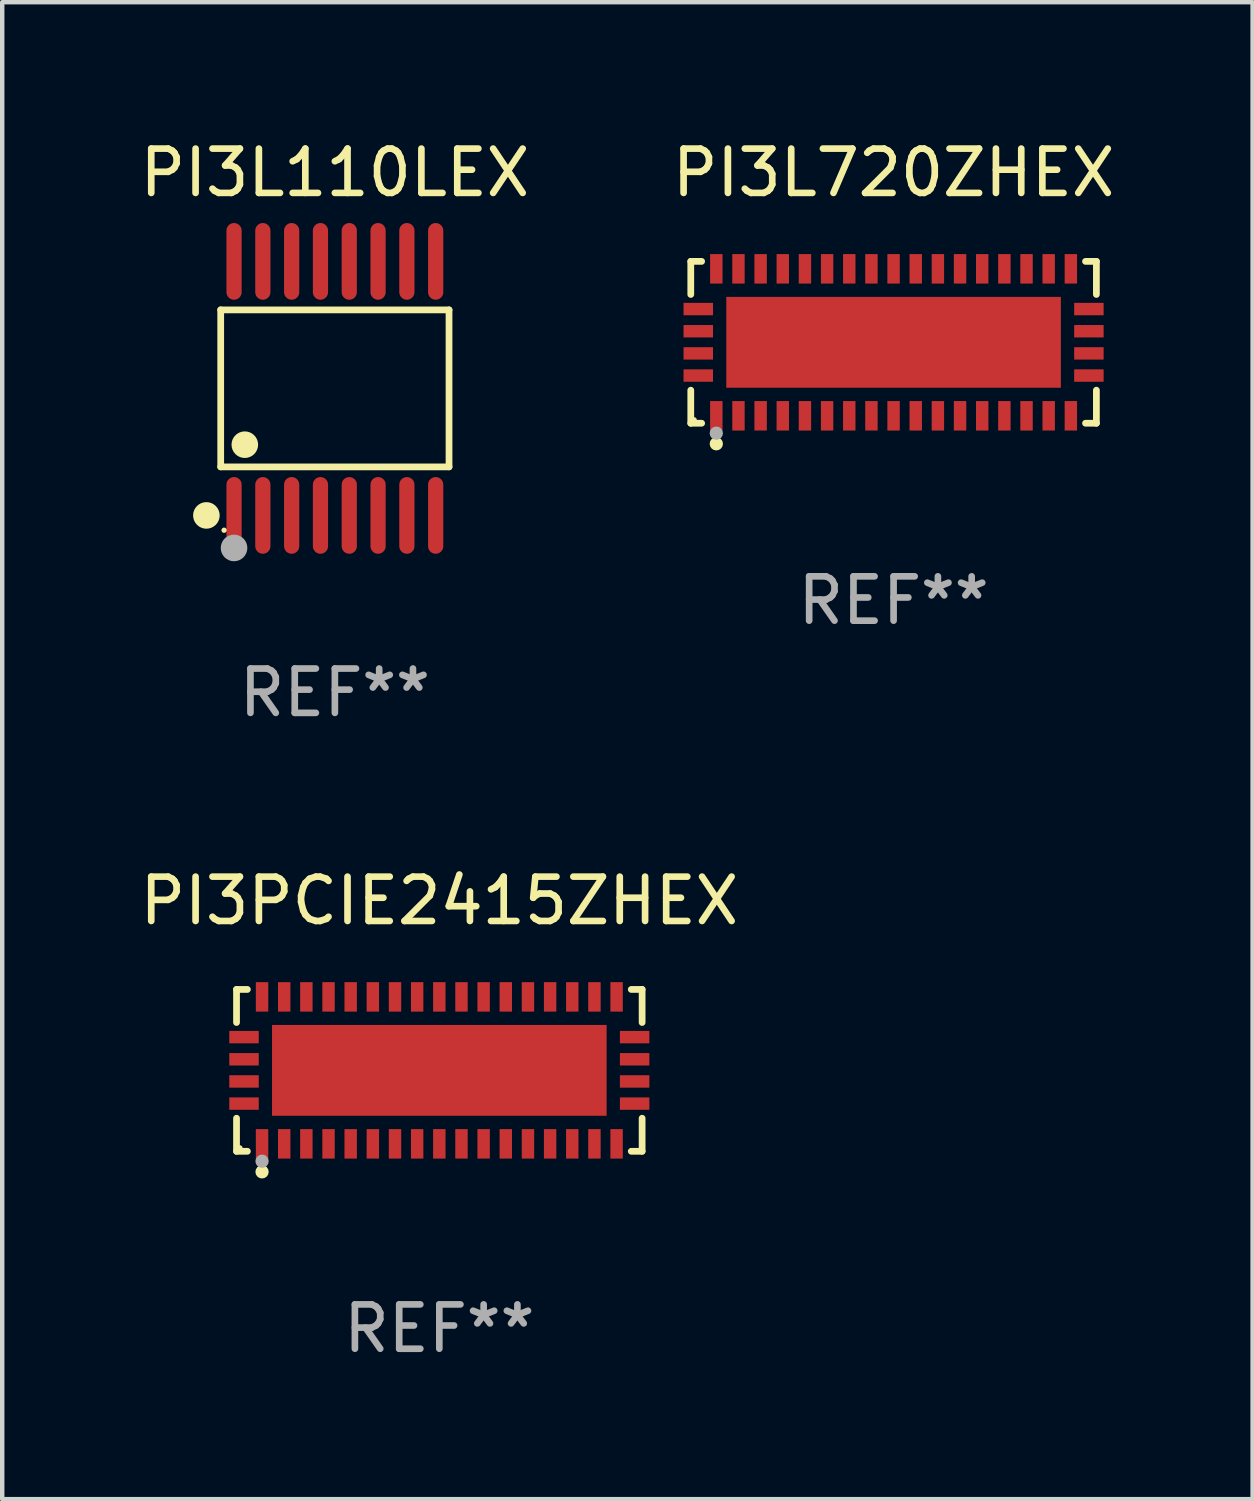
<source format=kicad_pcb>
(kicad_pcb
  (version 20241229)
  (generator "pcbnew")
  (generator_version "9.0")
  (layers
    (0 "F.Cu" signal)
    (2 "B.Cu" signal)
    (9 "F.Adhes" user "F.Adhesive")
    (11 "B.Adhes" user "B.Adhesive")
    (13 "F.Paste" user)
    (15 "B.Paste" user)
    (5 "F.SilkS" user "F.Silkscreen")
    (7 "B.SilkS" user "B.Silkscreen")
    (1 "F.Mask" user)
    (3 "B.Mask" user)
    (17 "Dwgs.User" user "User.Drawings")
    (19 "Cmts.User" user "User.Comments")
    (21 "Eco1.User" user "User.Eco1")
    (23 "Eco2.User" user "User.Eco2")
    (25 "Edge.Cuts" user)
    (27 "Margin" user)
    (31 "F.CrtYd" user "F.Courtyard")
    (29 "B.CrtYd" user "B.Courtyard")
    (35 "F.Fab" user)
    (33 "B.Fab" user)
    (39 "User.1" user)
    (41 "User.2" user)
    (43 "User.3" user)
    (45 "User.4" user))
  (footprint "PI3PCIE2415ZHEX"
    (layer "F.Cu")
    (at 6.863 21.102)
    (property "Reference" "PI3PCIE2415ZHEX" (at 0 -3.826 0) (layer "F.SilkS") (effects (font (size 1 1) (thickness 0.15))))
    (attr through_hole)
    (fp_line (start -4.576 -1.826) (end -4.331 -1.826) (stroke (width 0.152) (type solid)) (layer "F.SilkS"))
    (fp_line (start -4.576 -1.08) (end -4.576 -1.826) (stroke (width 0.152) (type solid)) (layer "F.SilkS"))
    (fp_line (start -4.576 1.08) (end -4.576 1.826) (stroke (width 0.152) (type solid)) (layer "F.SilkS"))
    (fp_line (start -4.576 1.826) (end -4.331 1.826) (stroke (width 0.152) (type solid)) (layer "F.SilkS"))
    (fp_line (start 4.576 -1.826) (end 4.331 -1.826) (stroke (width 0.152) (type solid)) (layer "F.SilkS"))
    (fp_line (start 4.576 -1.08) (end 4.576 -1.826) (stroke (width 0.152) (type solid)) (layer "F.SilkS"))
    (fp_line (start 4.576 1.08) (end 4.576 1.826) (stroke (width 0.152) (type solid)) (layer "F.SilkS"))
    (fp_line (start 4.576 1.826) (end 4.331 1.826) (stroke (width 0.152) (type solid)) (layer "F.SilkS"))
    (fp_circle (center -4.5 1.75) (end -4.47 1.75) (stroke (width 0.06) (type solid)) (fill no) (layer "F.SilkS"))
    (fp_circle (center -4 2.29) (end -3.925 2.29) (stroke (width 0.15) (type solid)) (fill no) (layer "F.SilkS"))
    (fp_circle (center -4 2.05) (end -3.925 2.05) (stroke (width 0.15) (type solid)) (fill no) (layer "F.Fab"))
    (fp_text user "REF**" (at 0 5.826 0) (layer "F.Fab") (effects (font (size 1 1) (thickness 0.15))))
    (pad "1" smd rect (at -4 1.658) (size 0.28 0.665) (layers "F.Cu" "F.Mask" "F.Paste"))
    (pad "2" smd rect (at -3.5 1.658) (size 0.28 0.665) (layers "F.Cu" "F.Mask" "F.Paste"))
    (pad "3" smd rect (at -3 1.658) (size 0.28 0.665) (layers "F.Cu" "F.Mask" "F.Paste"))
    (pad "4" smd rect (at -2.5 1.658) (size 0.28 0.665) (layers "F.Cu" "F.Mask" "F.Paste"))
    (pad "5" smd rect (at -2 1.658) (size 0.28 0.665) (layers "F.Cu" "F.Mask" "F.Paste"))
    (pad "6" smd rect (at -1.5 1.658) (size 0.28 0.665) (layers "F.Cu" "F.Mask" "F.Paste"))
    (pad "7" smd rect (at -1 1.658) (size 0.28 0.665) (layers "F.Cu" "F.Mask" "F.Paste"))
    (pad "8" smd rect (at -0.5 1.658) (size 0.28 0.665) (layers "F.Cu" "F.Mask" "F.Paste"))
    (pad "9" smd rect (at 0 1.658) (size 0.28 0.665) (layers "F.Cu" "F.Mask" "F.Paste"))
    (pad "10" smd rect (at 0.5 1.658) (size 0.28 0.665) (layers "F.Cu" "F.Mask" "F.Paste"))
    (pad "11" smd rect (at 1 1.658) (size 0.28 0.665) (layers "F.Cu" "F.Mask" "F.Paste"))
    (pad "12" smd rect (at 1.5 1.658) (size 0.28 0.665) (layers "F.Cu" "F.Mask" "F.Paste"))
    (pad "13" smd rect (at 2 1.658) (size 0.28 0.665) (layers "F.Cu" "F.Mask" "F.Paste"))
    (pad "14" smd rect (at 2.5 1.658) (size 0.28 0.665) (layers "F.Cu" "F.Mask" "F.Paste"))
    (pad "15" smd rect (at 3 1.658) (size 0.28 0.665) (layers "F.Cu" "F.Mask" "F.Paste"))
    (pad "16" smd rect (at 3.5 1.658) (size 0.28 0.665) (layers "F.Cu" "F.Mask" "F.Paste"))
    (pad "17" smd rect (at 4 1.658) (size 0.28 0.665) (layers "F.Cu" "F.Mask" "F.Paste"))
    (pad "18" smd rect (at 4.407 0.75) (size 0.665 0.28) (layers "F.Cu" "F.Mask" "F.Paste"))
    (pad "19" smd rect (at 4.407 0.25) (size 0.665 0.28) (layers "F.Cu" "F.Mask" "F.Paste"))
    (pad "20" smd rect (at 4.407 -0.25) (size 0.665 0.28) (layers "F.Cu" "F.Mask" "F.Paste"))
    (pad "21" smd rect (at 4.407 -0.75) (size 0.665 0.28) (layers "F.Cu" "F.Mask" "F.Paste"))
    (pad "22" smd rect (at 4 -1.658) (size 0.28 0.665) (layers "F.Cu" "F.Mask" "F.Paste"))
    (pad "23" smd rect (at 3.5 -1.658) (size 0.28 0.665) (layers "F.Cu" "F.Mask" "F.Paste"))
    (pad "24" smd rect (at 3 -1.658) (size 0.28 0.665) (layers "F.Cu" "F.Mask" "F.Paste"))
    (pad "25" smd rect (at 2.5 -1.658) (size 0.28 0.665) (layers "F.Cu" "F.Mask" "F.Paste"))
    (pad "26" smd rect (at 2 -1.658) (size 0.28 0.665) (layers "F.Cu" "F.Mask" "F.Paste"))
    (pad "27" smd rect (at 1.5 -1.658) (size 0.28 0.665) (layers "F.Cu" "F.Mask" "F.Paste"))
    (pad "28" smd rect (at 1 -1.658) (size 0.28 0.665) (layers "F.Cu" "F.Mask" "F.Paste"))
    (pad "29" smd rect (at 0.5 -1.658) (size 0.28 0.665) (layers "F.Cu" "F.Mask" "F.Paste"))
    (pad "30" smd rect (at 0 -1.658) (size 0.28 0.665) (layers "F.Cu" "F.Mask" "F.Paste"))
    (pad "31" smd rect (at -0.5 -1.658) (size 0.28 0.665) (layers "F.Cu" "F.Mask" "F.Paste"))
    (pad "32" smd rect (at -1 -1.658) (size 0.28 0.665) (layers "F.Cu" "F.Mask" "F.Paste"))
    (pad "33" smd rect (at -1.5 -1.658) (size 0.28 0.665) (layers "F.Cu" "F.Mask" "F.Paste"))
    (pad "34" smd rect (at -2 -1.658) (size 0.28 0.665) (layers "F.Cu" "F.Mask" "F.Paste"))
    (pad "35" smd rect (at -2.5 -1.658) (size 0.28 0.665) (layers "F.Cu" "F.Mask" "F.Paste"))
    (pad "36" smd rect (at -3 -1.658) (size 0.28 0.665) (layers "F.Cu" "F.Mask" "F.Paste"))
    (pad "37" smd rect (at -3.5 -1.658) (size 0.28 0.665) (layers "F.Cu" "F.Mask" "F.Paste"))
    (pad "38" smd rect (at -4 -1.658) (size 0.28 0.665) (layers "F.Cu" "F.Mask" "F.Paste"))
    (pad "39" smd rect (at -4.407 -0.75) (size 0.665 0.28) (layers "F.Cu" "F.Mask" "F.Paste"))
    (pad "40" smd rect (at -4.407 -0.25) (size 0.665 0.28) (layers "F.Cu" "F.Mask" "F.Paste"))
    (pad "41" smd rect (at -4.407 0.25) (size 0.665 0.28) (layers "F.Cu" "F.Mask" "F.Paste"))
    (pad "42" smd rect (at -4.407 0.75) (size 0.665 0.28) (layers "F.Cu" "F.Mask" "F.Paste"))
    (pad "43" smd rect (at 0 0) (size 7.55 2.05) (layers "F.Cu" "F.Mask" "F.Paste")))
  (footprint "PI3L110LEX"
    (layer "F.Cu")
    (at 4.506 5.714)
    (property "Reference" "PI3L110LEX" (at 0 -4.866 0) (layer "F.SilkS") (effects (font (size 1 1) (thickness 0.15))))
    (attr through_hole)
    (fp_line (start -2.576 -1.772) (end 2.576 -1.772) (stroke (width 0.152) (type solid)) (layer "F.SilkS"))
    (fp_line (start -2.576 1.771) (end -2.576 -1.772) (stroke (width 0.152) (type solid)) (layer "F.SilkS"))
    (fp_line (start 2.576 -1.772) (end 2.576 1.771) (stroke (width 0.152) (type solid)) (layer "F.SilkS"))
    (fp_line (start 2.576 1.771) (end -2.576 1.771) (stroke (width 0.152) (type solid)) (layer "F.SilkS"))
    (fp_circle (center -2.899 2.866) (end -2.749 2.866) (stroke (width 0.3) (type solid)) (fill no) (layer "F.SilkS"))
    (fp_circle (center -2.5 3.2) (end -2.47 3.2) (stroke (width 0.06) (type solid)) (fill no) (layer "F.SilkS"))
    (fp_circle (center -2.032 1.27) (end -1.882 1.27) (stroke (width 0.3) (type solid)) (fill no) (layer "F.SilkS"))
    (fp_circle (center -2.275 3.6) (end -2.125 3.6) (stroke (width 0.3) (type solid)) (fill no) (layer "F.Fab"))
    (fp_text user "REF**" (at 0 6.866 0) (layer "F.Fab") (effects (font (size 1 1) (thickness 0.15))))
    (pad "1" smd oval (at -2.275 2.866) (size 0.343 1.731) (layers "F.Cu" "F.Mask" "F.Paste"))
    (pad "2" smd oval (at -1.625 2.866) (size 0.343 1.731) (layers "F.Cu" "F.Mask" "F.Paste"))
    (pad "3" smd oval (at -0.975 2.866) (size 0.343 1.731) (layers "F.Cu" "F.Mask" "F.Paste"))
    (pad "4" smd oval (at -0.325 2.866) (size 0.343 1.731) (layers "F.Cu" "F.Mask" "F.Paste"))
    (pad "5" smd oval (at 0.325 2.866) (size 0.343 1.731) (layers "F.Cu" "F.Mask" "F.Paste"))
    (pad "6" smd oval (at 0.975 2.866) (size 0.343 1.731) (layers "F.Cu" "F.Mask" "F.Paste"))
    (pad "7" smd oval (at 1.625 2.866) (size 0.343 1.731) (layers "F.Cu" "F.Mask" "F.Paste"))
    (pad "8" smd oval (at 2.275 2.866) (size 0.343 1.731) (layers "F.Cu" "F.Mask" "F.Paste"))
    (pad "9" smd oval (at 2.275 -2.866) (size 0.343 1.731) (layers "F.Cu" "F.Mask" "F.Paste"))
    (pad "10" smd oval (at 1.625 -2.866) (size 0.343 1.731) (layers "F.Cu" "F.Mask" "F.Paste"))
    (pad "11" smd oval (at 0.975 -2.866) (size 0.343 1.731) (layers "F.Cu" "F.Mask" "F.Paste"))
    (pad "12" smd oval (at 0.325 -2.866) (size 0.343 1.731) (layers "F.Cu" "F.Mask" "F.Paste"))
    (pad "13" smd oval (at -0.325 -2.866) (size 0.343 1.731) (layers "F.Cu" "F.Mask" "F.Paste"))
    (pad "14" smd oval (at -0.975 -2.866) (size 0.343 1.731) (layers "F.Cu" "F.Mask" "F.Paste"))
    (pad "15" smd oval (at -1.625 -2.866) (size 0.343 1.731) (layers "F.Cu" "F.Mask" "F.Paste"))
    (pad "16" smd oval (at -2.275 -2.866) (size 0.343 1.731) (layers "F.Cu" "F.Mask" "F.Paste")))
  (footprint "PI3L720ZHEX"
    (layer "F.Cu")
    (at 17.113 4.674)
    (property "Reference" "PI3L720ZHEX" (at 0 -3.826 0) (layer "F.SilkS") (effects (font (size 1 1) (thickness 0.15))))
    (attr through_hole)
    (fp_line (start -4.576 -1.826) (end -4.331 -1.826) (stroke (width 0.152) (type solid)) (layer "F.SilkS"))
    (fp_line (start -4.576 -1.08) (end -4.576 -1.826) (stroke (width 0.152) (type solid)) (layer "F.SilkS"))
    (fp_line (start -4.576 1.08) (end -4.576 1.826) (stroke (width 0.152) (type solid)) (layer "F.SilkS"))
    (fp_line (start -4.576 1.826) (end -4.331 1.826) (stroke (width 0.152) (type solid)) (layer "F.SilkS"))
    (fp_line (start 4.576 -1.826) (end 4.331 -1.826) (stroke (width 0.152) (type solid)) (layer "F.SilkS"))
    (fp_line (start 4.576 -1.08) (end 4.576 -1.826) (stroke (width 0.152) (type solid)) (layer "F.SilkS"))
    (fp_line (start 4.576 1.08) (end 4.576 1.826) (stroke (width 0.152) (type solid)) (layer "F.SilkS"))
    (fp_line (start 4.576 1.826) (end 4.331 1.826) (stroke (width 0.152) (type solid)) (layer "F.SilkS"))
    (fp_circle (center -4.5 1.75) (end -4.47 1.75) (stroke (width 0.06) (type solid)) (fill no) (layer "F.SilkS"))
    (fp_circle (center -4 2.29) (end -3.925 2.29) (stroke (width 0.15) (type solid)) (fill no) (layer "F.SilkS"))
    (fp_circle (center -4 2.05) (end -3.925 2.05) (stroke (width 0.15) (type solid)) (fill no) (layer "F.Fab"))
    (fp_text user "REF**" (at 0 5.826 0) (layer "F.Fab") (effects (font (size 1 1) (thickness 0.15))))
    (pad "1" smd rect (at -4 1.658) (size 0.28 0.665) (layers "F.Cu" "F.Mask" "F.Paste"))
    (pad "2" smd rect (at -3.5 1.658) (size 0.28 0.665) (layers "F.Cu" "F.Mask" "F.Paste"))
    (pad "3" smd rect (at -3 1.658) (size 0.28 0.665) (layers "F.Cu" "F.Mask" "F.Paste"))
    (pad "4" smd rect (at -2.5 1.658) (size 0.28 0.665) (layers "F.Cu" "F.Mask" "F.Paste"))
    (pad "5" smd rect (at -2 1.658) (size 0.28 0.665) (layers "F.Cu" "F.Mask" "F.Paste"))
    (pad "6" smd rect (at -1.5 1.658) (size 0.28 0.665) (layers "F.Cu" "F.Mask" "F.Paste"))
    (pad "7" smd rect (at -1 1.658) (size 0.28 0.665) (layers "F.Cu" "F.Mask" "F.Paste"))
    (pad "8" smd rect (at -0.5 1.658) (size 0.28 0.665) (layers "F.Cu" "F.Mask" "F.Paste"))
    (pad "9" smd rect (at 0 1.658) (size 0.28 0.665) (layers "F.Cu" "F.Mask" "F.Paste"))
    (pad "10" smd rect (at 0.5 1.658) (size 0.28 0.665) (layers "F.Cu" "F.Mask" "F.Paste"))
    (pad "11" smd rect (at 1 1.658) (size 0.28 0.665) (layers "F.Cu" "F.Mask" "F.Paste"))
    (pad "12" smd rect (at 1.5 1.658) (size 0.28 0.665) (layers "F.Cu" "F.Mask" "F.Paste"))
    (pad "13" smd rect (at 2 1.658) (size 0.28 0.665) (layers "F.Cu" "F.Mask" "F.Paste"))
    (pad "14" smd rect (at 2.5 1.658) (size 0.28 0.665) (layers "F.Cu" "F.Mask" "F.Paste"))
    (pad "15" smd rect (at 3 1.658) (size 0.28 0.665) (layers "F.Cu" "F.Mask" "F.Paste"))
    (pad "16" smd rect (at 3.5 1.658) (size 0.28 0.665) (layers "F.Cu" "F.Mask" "F.Paste"))
    (pad "17" smd rect (at 4 1.658) (size 0.28 0.665) (layers "F.Cu" "F.Mask" "F.Paste"))
    (pad "18" smd rect (at 4.407 0.75) (size 0.665 0.28) (layers "F.Cu" "F.Mask" "F.Paste"))
    (pad "19" smd rect (at 4.407 0.25) (size 0.665 0.28) (layers "F.Cu" "F.Mask" "F.Paste"))
    (pad "20" smd rect (at 4.407 -0.25) (size 0.665 0.28) (layers "F.Cu" "F.Mask" "F.Paste"))
    (pad "21" smd rect (at 4.407 -0.75) (size 0.665 0.28) (layers "F.Cu" "F.Mask" "F.Paste"))
    (pad "22" smd rect (at 4 -1.658) (size 0.28 0.665) (layers "F.Cu" "F.Mask" "F.Paste"))
    (pad "23" smd rect (at 3.5 -1.658) (size 0.28 0.665) (layers "F.Cu" "F.Mask" "F.Paste"))
    (pad "24" smd rect (at 3 -1.658) (size 0.28 0.665) (layers "F.Cu" "F.Mask" "F.Paste"))
    (pad "25" smd rect (at 2.5 -1.658) (size 0.28 0.665) (layers "F.Cu" "F.Mask" "F.Paste"))
    (pad "26" smd rect (at 2 -1.658) (size 0.28 0.665) (layers "F.Cu" "F.Mask" "F.Paste"))
    (pad "27" smd rect (at 1.5 -1.658) (size 0.28 0.665) (layers "F.Cu" "F.Mask" "F.Paste"))
    (pad "28" smd rect (at 1 -1.658) (size 0.28 0.665) (layers "F.Cu" "F.Mask" "F.Paste"))
    (pad "29" smd rect (at 0.5 -1.658) (size 0.28 0.665) (layers "F.Cu" "F.Mask" "F.Paste"))
    (pad "30" smd rect (at 0 -1.658) (size 0.28 0.665) (layers "F.Cu" "F.Mask" "F.Paste"))
    (pad "31" smd rect (at -0.5 -1.658) (size 0.28 0.665) (layers "F.Cu" "F.Mask" "F.Paste"))
    (pad "32" smd rect (at -1 -1.658) (size 0.28 0.665) (layers "F.Cu" "F.Mask" "F.Paste"))
    (pad "33" smd rect (at -1.5 -1.658) (size 0.28 0.665) (layers "F.Cu" "F.Mask" "F.Paste"))
    (pad "34" smd rect (at -2 -1.658) (size 0.28 0.665) (layers "F.Cu" "F.Mask" "F.Paste"))
    (pad "35" smd rect (at -2.5 -1.658) (size 0.28 0.665) (layers "F.Cu" "F.Mask" "F.Paste"))
    (pad "36" smd rect (at -3 -1.658) (size 0.28 0.665) (layers "F.Cu" "F.Mask" "F.Paste"))
    (pad "37" smd rect (at -3.5 -1.658) (size 0.28 0.665) (layers "F.Cu" "F.Mask" "F.Paste"))
    (pad "38" smd rect (at -4 -1.658) (size 0.28 0.665) (layers "F.Cu" "F.Mask" "F.Paste"))
    (pad "39" smd rect (at -4.407 -0.75) (size 0.665 0.28) (layers "F.Cu" "F.Mask" "F.Paste"))
    (pad "40" smd rect (at -4.407 -0.25) (size 0.665 0.28) (layers "F.Cu" "F.Mask" "F.Paste"))
    (pad "41" smd rect (at -4.407 0.25) (size 0.665 0.28) (layers "F.Cu" "F.Mask" "F.Paste"))
    (pad "42" smd rect (at -4.407 0.75) (size 0.665 0.28) (layers "F.Cu" "F.Mask" "F.Paste"))
    (pad "43" smd rect (at 0 0) (size 7.55 2.05) (layers "F.Cu" "F.Mask" "F.Paste")))
  (gr_rect
    (start -3 -3)
    (end 25.214 30.777)
    (stroke (width 0.1) (type default))
    (fill no)
    (layer "Edge.Cuts")))
</source>
